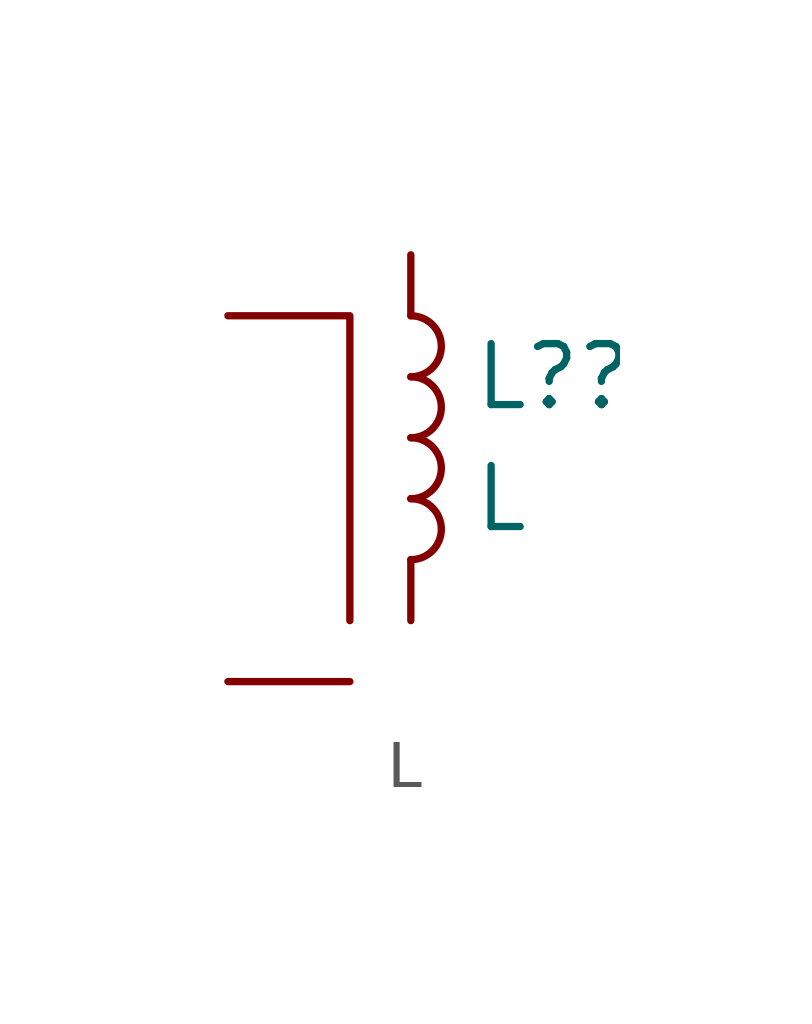
<source format=kicad_sym>
(kicad_symbol_lib
  (version 20211014)
  (generator kicad_symbol_editor)
  (symbol "L"
    (pin_numbers hide)
    (pin_names
      (offset 1.016) hide)
    (property "Reference" "L?"
      (at 1.27 1.27 0)
      (effects (font (size 1.27 1.27)) (justify left)))
    (property "Value" "L"
      (at 1.27 -1.27 0)
      (effects (font (size 1.27 1.27)) (justify left)))
    (symbol "L_0_1"
      (arc (start 0 -2.54) (mid 0.635 -1.905) (end 0 -1.27) (stroke (width 0) (type default) (color 0 0 0 0)) (fill (type none)))
      (arc (start 0 -1.27) (mid 0.635 -0.635) (end 0 0) (stroke (width 0) (type default) (color 0 0 0 0)) (fill (type none)))
      (polyline (pts (xy -1.27 -5.08) (xy -3.81 -5.08)) (stroke (width 0) (type default) (color 0 0 0 0)) (fill (type none)))
      (polyline (pts (xy -1.27 -3.81) (xy -1.27 2.54) (xy -3.81 2.54)) (stroke (width 0) (type default) (color 0 0 0 0)) (fill (type none)))
      (arc (start 0 0) (mid 0.635 0.635) (end 0 1.27) (stroke (width 0) (type default) (color 0 0 0 0)) (fill (type none)))
      (arc (start 0 1.27) (mid 0.635 1.905) (end 0 2.54) (stroke (width 0) (type default) (color 0 0 0 0)) (fill (type none))))
    (symbol "L_1_1"
      (pin passive line (at 0 3.81 270) (length 1.27) (name "1" (effects (font (size 1.27 1.27)))) (number "1" (effects (font (size 1.27 1.27)))))
      (pin passive line (at 0 -3.81 90) (length 1.27) (name "2" (effects (font (size 1.27 1.27)))) (number "2" (effects (font (size 1.27 1.27))))))))
</source>
